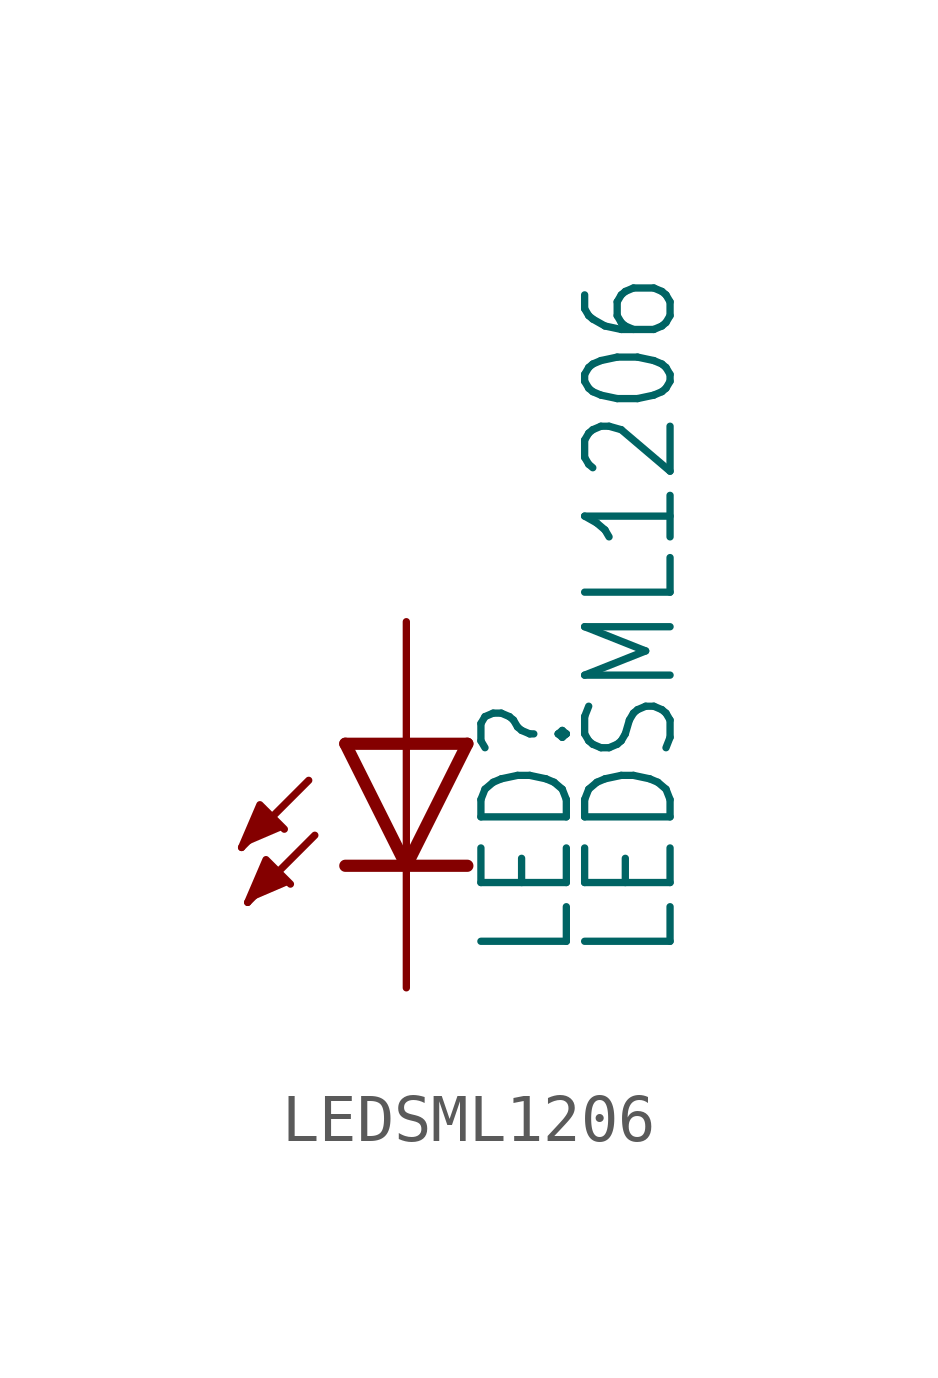
<source format=kicad_sym>
(kicad_symbol_lib
  (version 20211014)
  (generator kicad_symbol_editor)
  (symbol "LEDSML1206"
    (property "Reference" "LED"
      (at 3.556 -4.572 90)
      (effects (font (size 1.778 1.511)) (justify left bottom)))
    (property "Value" "LEDSML1206"
      (at 5.715 -4.572 90)
      (effects (font (size 1.778 1.511)) (justify left bottom)))
    (property "ki_locked" ""
      (at 0 0 0)
      (effects (font (size 1.27 1.27))))
    (symbol "LEDSML1206_1_0"
      (polyline (pts (xy -2.032 -0.762) (xy -3.429 -2.159)) (stroke (width 0.152) (type default) (color 0 0 0 0)) (fill (type none)))
      (polyline (pts (xy -1.905 -1.905) (xy -3.302 -3.302)) (stroke (width 0.152) (type default) (color 0 0 0 0)) (fill (type none)))
      (polyline (pts (xy 0 -2.54) (xy -1.27 -2.54)) (stroke (width 0.254) (type default) (color 0 0 0 0)) (fill (type none)))
      (polyline (pts (xy 0 -2.54) (xy -1.27 0)) (stroke (width 0.254) (type default) (color 0 0 0 0)) (fill (type none)))
      (polyline (pts (xy 0 0) (xy -1.27 0)) (stroke (width 0.254) (type default) (color 0 0 0 0)) (fill (type none)))
      (polyline (pts (xy 0 0) (xy 0 -2.54)) (stroke (width 0.152) (type default) (color 0 0 0 0)) (fill (type none)))
      (polyline (pts (xy 1.27 -2.54) (xy 0 -2.54)) (stroke (width 0.254) (type default) (color 0 0 0 0)) (fill (type none)))
      (polyline (pts (xy 1.27 0) (xy 0 -2.54)) (stroke (width 0.254) (type default) (color 0 0 0 0)) (fill (type none)))
      (polyline (pts (xy 1.27 0) (xy 0 0)) (stroke (width 0.254) (type default) (color 0 0 0 0)) (fill (type none)))
      (polyline (pts (xy -3.429 -2.159) (xy -3.048 -1.27) (xy -2.54 -1.778)) (stroke (width 0) (type default) (color 0 0 0 0)) (fill (type outline)))
      (polyline (pts (xy -3.302 -3.302) (xy -2.921 -2.413) (xy -2.413 -2.921)) (stroke (width 0) (type default) (color 0 0 0 0)) (fill (type outline)))
      (pin passive line (at 0 2.54 270) (length 2.54) (name "A" (effects (font (size 0 0)))) (number "A" (effects (font (size 0 0)))))
      (pin passive line (at 0 -5.08 90) (length 2.54) (name "C" (effects (font (size 0 0)))) (number "C" (effects (font (size 0 0))))))))
</source>
